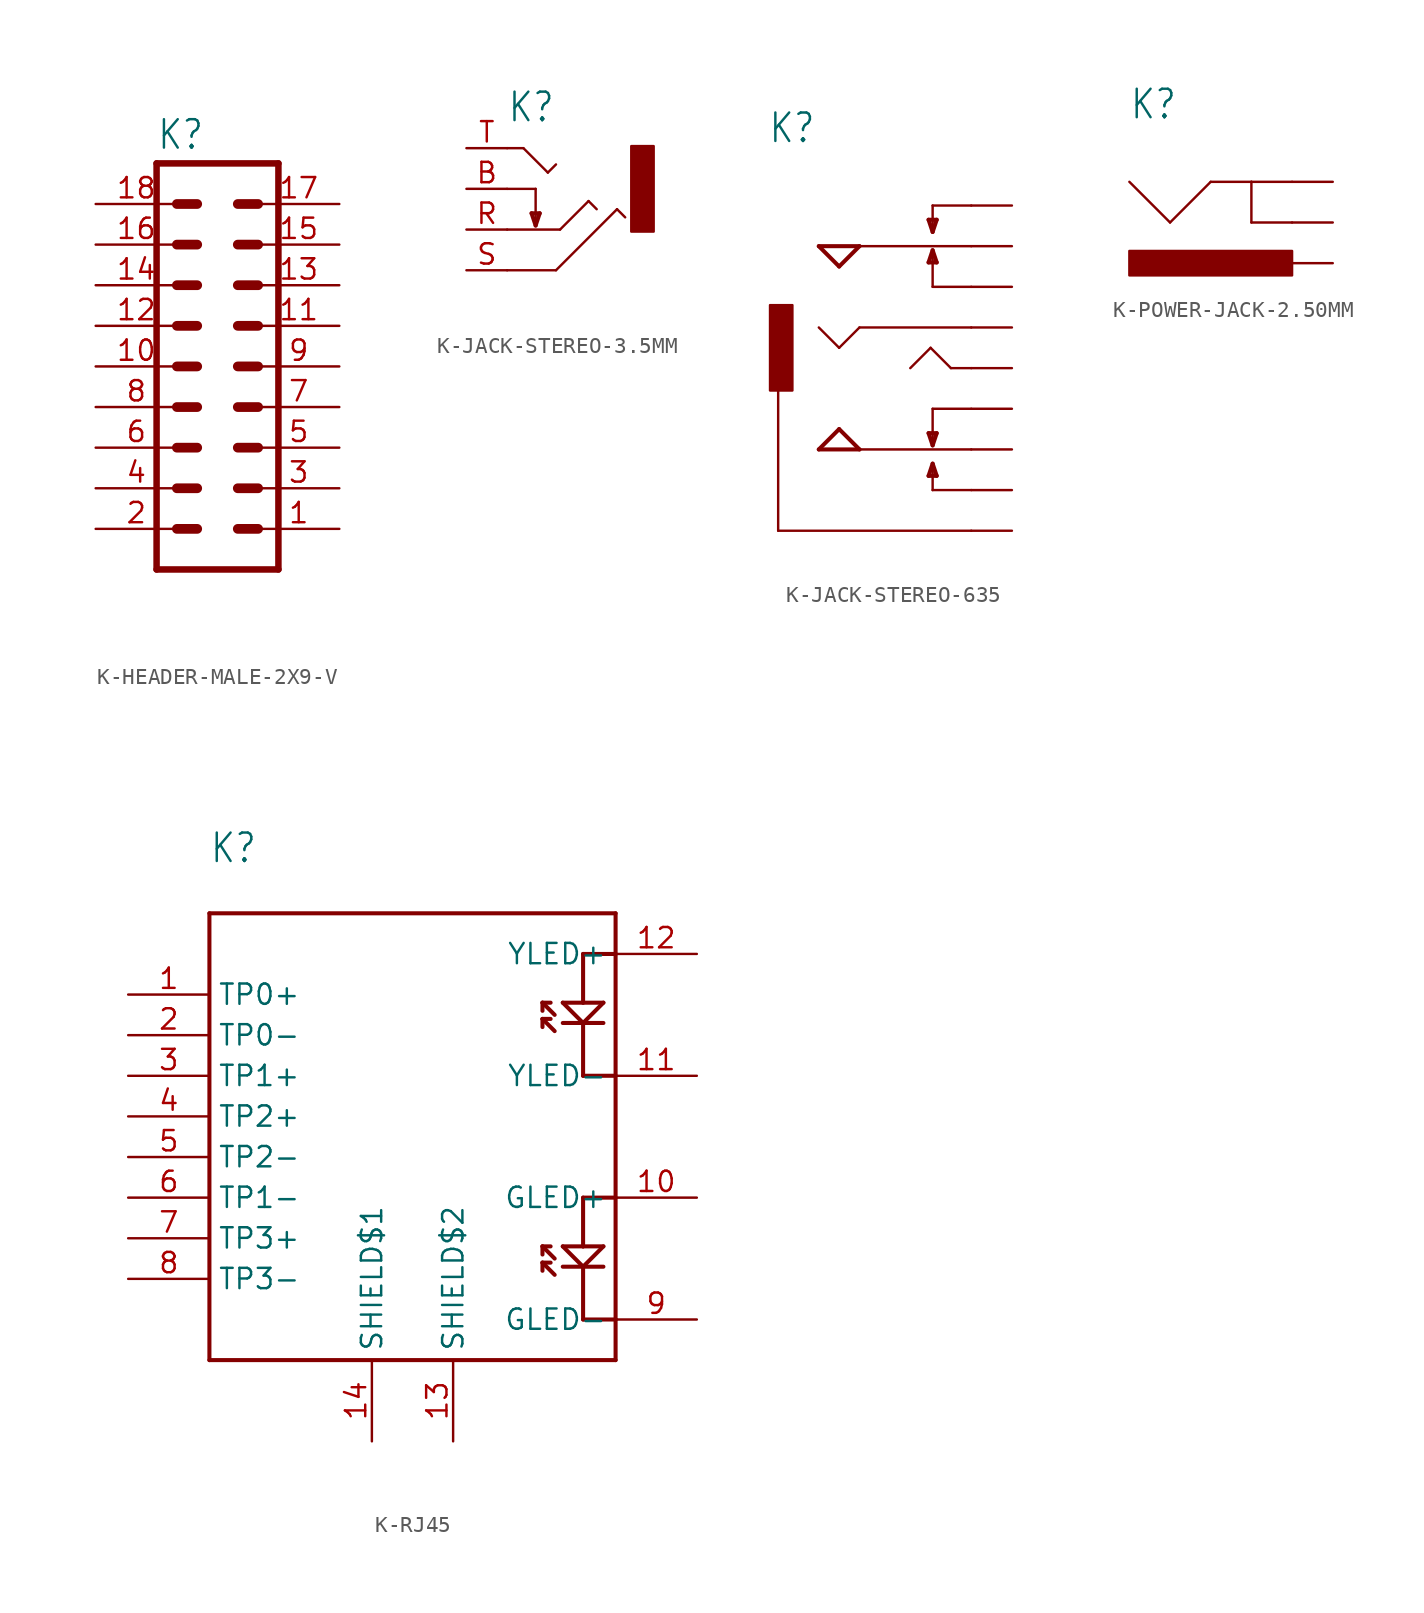
<source format=kicad_sym>
(kicad_symbol_lib
  (version 20231120)
  (generator "kicad_symbol_editor")
  (generator_version "8.0")
  (symbol "K-HEADER-MALE-2X9-V"
    (property "Reference" "K"
      (at -3.81 13.462 0)
      (effects (font (size 1.778 1.511)) (justify left bottom)))
    (property "Value" ""
      (at -3.81 -15.24 0)
      (effects (font (size 1.778 1.511)) (justify left bottom)))
    (property "ki_locked" ""
      (at 0 0 0)
      (effects (font (size 1.27 1.27))))
    (symbol "K-HEADER-MALE-2X9-V_1_0"
      (polyline (pts (xy -3.81 12.7) (xy -3.81 -12.7)) (stroke (width 0.406) (type solid)) (fill (type none)))
      (polyline (pts (xy -3.81 12.7) (xy 3.81 12.7)) (stroke (width 0.406) (type solid)) (fill (type none)))
      (polyline (pts (xy -2.54 -10.16) (xy -1.27 -10.16)) (stroke (width 0.61) (type solid)) (fill (type none)))
      (polyline (pts (xy -2.54 -7.62) (xy -1.27 -7.62)) (stroke (width 0.61) (type solid)) (fill (type none)))
      (polyline (pts (xy -2.54 -5.08) (xy -1.27 -5.08)) (stroke (width 0.61) (type solid)) (fill (type none)))
      (polyline (pts (xy -2.54 -2.54) (xy -1.27 -2.54)) (stroke (width 0.61) (type solid)) (fill (type none)))
      (polyline (pts (xy -2.54 0) (xy -1.27 0)) (stroke (width 0.61) (type solid)) (fill (type none)))
      (polyline (pts (xy -2.54 2.54) (xy -1.27 2.54)) (stroke (width 0.61) (type solid)) (fill (type none)))
      (polyline (pts (xy -2.54 5.08) (xy -1.27 5.08)) (stroke (width 0.61) (type solid)) (fill (type none)))
      (polyline (pts (xy -2.54 7.62) (xy -1.27 7.62)) (stroke (width 0.61) (type solid)) (fill (type none)))
      (polyline (pts (xy -2.54 10.16) (xy -1.27 10.16)) (stroke (width 0.61) (type solid)) (fill (type none)))
      (polyline (pts (xy 1.27 -10.16) (xy 2.54 -10.16)) (stroke (width 0.61) (type solid)) (fill (type none)))
      (polyline (pts (xy 1.27 -7.62) (xy 2.54 -7.62)) (stroke (width 0.61) (type solid)) (fill (type none)))
      (polyline (pts (xy 1.27 -5.08) (xy 2.54 -5.08)) (stroke (width 0.61) (type solid)) (fill (type none)))
      (polyline (pts (xy 1.27 -2.54) (xy 2.54 -2.54)) (stroke (width 0.61) (type solid)) (fill (type none)))
      (polyline (pts (xy 1.27 0) (xy 2.54 0)) (stroke (width 0.61) (type solid)) (fill (type none)))
      (polyline (pts (xy 1.27 2.54) (xy 2.54 2.54)) (stroke (width 0.61) (type solid)) (fill (type none)))
      (polyline (pts (xy 1.27 5.08) (xy 2.54 5.08)) (stroke (width 0.61) (type solid)) (fill (type none)))
      (polyline (pts (xy 1.27 7.62) (xy 2.54 7.62)) (stroke (width 0.61) (type solid)) (fill (type none)))
      (polyline (pts (xy 1.27 10.16) (xy 2.54 10.16)) (stroke (width 0.61) (type solid)) (fill (type none)))
      (polyline (pts (xy 3.81 -12.7) (xy -3.81 -12.7)) (stroke (width 0.406) (type solid)) (fill (type none)))
      (polyline (pts (xy 3.81 -12.7) (xy 3.81 12.7)) (stroke (width 0.406) (type solid)) (fill (type none)))
      (pin passive line (at 7.62 -10.16 180) (length 5.08) (name "1" (effects (font (size 0 0)))) (number "1" (effects (font (size 1.27 1.27)))))
      (pin passive line (at -7.62 0 0) (length 5.08) (name "10" (effects (font (size 0 0)))) (number "10" (effects (font (size 1.27 1.27)))))
      (pin passive line (at 7.62 2.54 180) (length 5.08) (name "11" (effects (font (size 0 0)))) (number "11" (effects (font (size 1.27 1.27)))))
      (pin passive line (at -7.62 2.54 0) (length 5.08) (name "12" (effects (font (size 0 0)))) (number "12" (effects (font (size 1.27 1.27)))))
      (pin passive line (at 7.62 5.08 180) (length 5.08) (name "13" (effects (font (size 0 0)))) (number "13" (effects (font (size 1.27 1.27)))))
      (pin passive line (at -7.62 5.08 0) (length 5.08) (name "14" (effects (font (size 0 0)))) (number "14" (effects (font (size 1.27 1.27)))))
      (pin passive line (at 7.62 7.62 180) (length 5.08) (name "15" (effects (font (size 0 0)))) (number "15" (effects (font (size 1.27 1.27)))))
      (pin passive line (at -7.62 7.62 0) (length 5.08) (name "16" (effects (font (size 0 0)))) (number "16" (effects (font (size 1.27 1.27)))))
      (pin passive line (at 7.62 10.16 180) (length 5.08) (name "17" (effects (font (size 0 0)))) (number "17" (effects (font (size 1.27 1.27)))))
      (pin passive line (at -7.62 10.16 0) (length 5.08) (name "18" (effects (font (size 0 0)))) (number "18" (effects (font (size 1.27 1.27)))))
      (pin passive line (at -7.62 -10.16 0) (length 5.08) (name "2" (effects (font (size 0 0)))) (number "2" (effects (font (size 1.27 1.27)))))
      (pin passive line (at 7.62 -7.62 180) (length 5.08) (name "3" (effects (font (size 0 0)))) (number "3" (effects (font (size 1.27 1.27)))))
      (pin passive line (at -7.62 -7.62 0) (length 5.08) (name "4" (effects (font (size 0 0)))) (number "4" (effects (font (size 1.27 1.27)))))
      (pin passive line (at 7.62 -5.08 180) (length 5.08) (name "5" (effects (font (size 0 0)))) (number "5" (effects (font (size 1.27 1.27)))))
      (pin passive line (at -7.62 -5.08 0) (length 5.08) (name "6" (effects (font (size 0 0)))) (number "6" (effects (font (size 1.27 1.27)))))
      (pin passive line (at 7.62 -2.54 180) (length 5.08) (name "7" (effects (font (size 0 0)))) (number "7" (effects (font (size 1.27 1.27)))))
      (pin passive line (at -7.62 -2.54 0) (length 5.08) (name "8" (effects (font (size 0 0)))) (number "8" (effects (font (size 1.27 1.27)))))
      (pin passive line (at 7.62 0 180) (length 5.08) (name "9" (effects (font (size 0 0)))) (number "9" (effects (font (size 1.27 1.27)))))))
  (symbol "K-JACK-STEREO-3.5MM"
    (property "Reference" "K"
      (at -2.54 4.064 0)
      (effects (font (size 1.778 1.511)) (justify left bottom)))
    (property "Value" ""
      (at -2.54 -7.366 0)
      (effects (font (size 1.778 1.511)) (justify left bottom)))
    (property "ki_locked" ""
      (at 0 0 0)
      (effects (font (size 1.27 1.27))))
    (symbol "K-JACK-STEREO-3.5MM_1_0"
      (polyline (pts (xy -2.54 -5.08) (xy 0.508 -5.08)) (stroke (width 0.152) (type solid)) (fill (type none)))
      (polyline (pts (xy -2.54 -2.54) (xy 0.762 -2.54)) (stroke (width 0.152) (type solid)) (fill (type none)))
      (polyline (pts (xy -2.54 0) (xy -0.762 0)) (stroke (width 0.152) (type solid)) (fill (type none)))
      (polyline (pts (xy -2.54 2.54) (xy -1.524 2.54)) (stroke (width 0.152) (type solid)) (fill (type none)))
      (polyline (pts (xy -1.524 2.54) (xy 0 1.016)) (stroke (width 0.152) (type solid)) (fill (type none)))
      (polyline (pts (xy -1.016 -1.524) (xy -0.508 -1.524)) (stroke (width 0.254) (type solid)) (fill (type none)))
      (polyline (pts (xy -0.762 -2.286) (xy -1.016 -1.524)) (stroke (width 0.254) (type solid)) (fill (type none)))
      (polyline (pts (xy -0.762 0) (xy -0.762 -2.286)) (stroke (width 0.152) (type solid)) (fill (type none)))
      (polyline (pts (xy -0.508 -1.524) (xy -0.762 -2.286)) (stroke (width 0.254) (type solid)) (fill (type none)))
      (polyline (pts (xy 0 1.016) (xy 0.508 1.524)) (stroke (width 0.152) (type solid)) (fill (type none)))
      (polyline (pts (xy 0.508 -5.08) (xy 4.318 -1.27)) (stroke (width 0.152) (type solid)) (fill (type none)))
      (polyline (pts (xy 0.762 -2.54) (xy 2.54 -0.762)) (stroke (width 0.152) (type solid)) (fill (type none)))
      (polyline (pts (xy 2.54 -0.762) (xy 3.048 -1.27)) (stroke (width 0.152) (type solid)) (fill (type none)))
      (polyline (pts (xy 4.318 -1.27) (xy 4.826 -1.778)) (stroke (width 0.152) (type solid)) (fill (type none)))
      (rectangle (start 5.207 -2.667) (end 6.604 2.667) (stroke (width 0) (type default)) (fill (type outline)))
      (pin passive line (at -5.08 0 0) (length 2.54) (name "B" (effects (font (size 0 0)))) (number "B" (effects (font (size 1.27 1.27)))))
      (pin passive line (at -5.08 -2.54 0) (length 2.54) (name "R" (effects (font (size 0 0)))) (number "R" (effects (font (size 1.27 1.27)))))
      (pin passive line (at -5.08 -5.08 0) (length 2.54) (name "S" (effects (font (size 0 0)))) (number "S" (effects (font (size 1.27 1.27)))))
      (pin passive line (at -5.08 2.54 0) (length 2.54) (name "T" (effects (font (size 0 0)))) (number "T" (effects (font (size 1.27 1.27)))))))
  (symbol "K-JACK-STEREO-635"
    (property "Reference" "K"
      (at -7.62 13.97 0)
      (effects (font (size 1.778 1.511)) (justify left bottom)))
    (property "Value" ""
      (at -7.62 11.43 0)
      (effects (font (size 1.778 1.511)) (justify left bottom)))
    (property "ki_locked" ""
      (at 0 0 0)
      (effects (font (size 1.27 1.27))))
    (symbol "K-JACK-STEREO-635_1_0"
      (rectangle (start -7.493 -1.397) (end -6.096 3.937) (stroke (width 0) (type default)) (fill (type outline)))
      (polyline (pts (xy -6.985 -10.16) (xy 5.08 -10.16)) (stroke (width 0.152) (type solid)) (fill (type none)))
      (polyline (pts (xy -6.985 -1.27) (xy -6.985 -10.16)) (stroke (width 0.152) (type solid)) (fill (type none)))
      (polyline (pts (xy -4.445 -5.08) (xy -1.905 -5.08)) (stroke (width 0.254) (type solid)) (fill (type none)))
      (polyline (pts (xy -4.445 7.62) (xy -1.905 7.62)) (stroke (width 0.254) (type solid)) (fill (type none)))
      (polyline (pts (xy -3.175 -3.81) (xy -4.445 -5.08)) (stroke (width 0.254) (type solid)) (fill (type none)))
      (polyline (pts (xy -3.175 1.27) (xy -4.445 2.54)) (stroke (width 0.152) (type solid)) (fill (type none)))
      (polyline (pts (xy -3.175 6.35) (xy -4.445 7.62)) (stroke (width 0.254) (type solid)) (fill (type none)))
      (polyline (pts (xy -1.905 -5.08) (xy -3.175 -3.81)) (stroke (width 0.254) (type solid)) (fill (type none)))
      (polyline (pts (xy -1.905 2.54) (xy -3.175 1.27)) (stroke (width 0.152) (type solid)) (fill (type none)))
      (polyline (pts (xy -1.905 7.62) (xy -3.175 6.35)) (stroke (width 0.254) (type solid)) (fill (type none)))
      (polyline (pts (xy 2.413 -6.731) (xy 2.667 -5.969)) (stroke (width 0.254) (type solid)) (fill (type none)))
      (polyline (pts (xy 2.413 -4.064) (xy 2.667 -4.826)) (stroke (width 0.254) (type solid)) (fill (type none)))
      (polyline (pts (xy 2.413 6.604) (xy 2.667 7.366)) (stroke (width 0.254) (type solid)) (fill (type none)))
      (polyline (pts (xy 2.413 9.271) (xy 2.667 8.509)) (stroke (width 0.254) (type solid)) (fill (type none)))
      (polyline (pts (xy 2.54 1.27) (xy 1.27 0)) (stroke (width 0.152) (type solid)) (fill (type none)))
      (polyline (pts (xy 2.667 -7.62) (xy 2.667 -5.969)) (stroke (width 0.152) (type solid)) (fill (type none)))
      (polyline (pts (xy 2.667 -5.969) (xy 2.921 -6.731)) (stroke (width 0.254) (type solid)) (fill (type none)))
      (polyline (pts (xy 2.667 -4.826) (xy 2.921 -4.064)) (stroke (width 0.254) (type solid)) (fill (type none)))
      (polyline (pts (xy 2.667 -2.54) (xy 2.667 -4.826)) (stroke (width 0.152) (type solid)) (fill (type none)))
      (polyline (pts (xy 2.667 5.08) (xy 2.667 7.366)) (stroke (width 0.152) (type solid)) (fill (type none)))
      (polyline (pts (xy 2.667 7.366) (xy 2.921 6.604)) (stroke (width 0.254) (type solid)) (fill (type none)))
      (polyline (pts (xy 2.667 8.509) (xy 2.921 9.271)) (stroke (width 0.254) (type solid)) (fill (type none)))
      (polyline (pts (xy 2.667 10.16) (xy 2.667 8.509)) (stroke (width 0.152) (type solid)) (fill (type none)))
      (polyline (pts (xy 2.921 -6.731) (xy 2.413 -6.731)) (stroke (width 0.254) (type solid)) (fill (type none)))
      (polyline (pts (xy 2.921 -4.064) (xy 2.413 -4.064)) (stroke (width 0.254) (type solid)) (fill (type none)))
      (polyline (pts (xy 2.921 6.604) (xy 2.413 6.604)) (stroke (width 0.254) (type solid)) (fill (type none)))
      (polyline (pts (xy 2.921 9.271) (xy 2.413 9.271)) (stroke (width 0.254) (type solid)) (fill (type none)))
      (polyline (pts (xy 3.81 0) (xy 2.54 1.27)) (stroke (width 0.152) (type solid)) (fill (type none)))
      (polyline (pts (xy 3.81 0) (xy 5.08 0)) (stroke (width 0.152) (type solid)) (fill (type none)))
      (polyline (pts (xy 5.08 -7.62) (xy 2.667 -7.62)) (stroke (width 0.152) (type solid)) (fill (type none)))
      (polyline (pts (xy 5.08 -5.08) (xy -1.905 -5.08)) (stroke (width 0.152) (type solid)) (fill (type none)))
      (polyline (pts (xy 5.08 -2.54) (xy 2.667 -2.54)) (stroke (width 0.152) (type solid)) (fill (type none)))
      (polyline (pts (xy 5.08 2.54) (xy -1.905 2.54)) (stroke (width 0.152) (type solid)) (fill (type none)))
      (polyline (pts (xy 5.08 5.08) (xy 2.667 5.08)) (stroke (width 0.152) (type solid)) (fill (type none)))
      (polyline (pts (xy 5.08 7.62) (xy -1.905 7.62)) (stroke (width 0.152) (type solid)) (fill (type none)))
      (polyline (pts (xy 5.08 10.16) (xy 2.667 10.16)) (stroke (width 0.152) (type solid)) (fill (type none)))
      (pin passive line (at 7.62 -10.16 180) (length 2.54) (name "1" (effects (font (size 0 0)))) (number "1" (effects (font (size 0 0)))))
      (pin passive line (at 7.62 0 180) (length 2.54) (name "2" (effects (font (size 0 0)))) (number "2" (effects (font (size 0 0)))))
      (pin passive line (at 7.62 2.54 180) (length 2.54) (name "3" (effects (font (size 0 0)))) (number "3" (effects (font (size 0 0)))))
      (pin passive line (at 7.62 5.08 180) (length 2.54) (name "4" (effects (font (size 0 0)))) (number "4" (effects (font (size 0 0)))))
      (pin passive line (at 7.62 7.62 180) (length 2.54) (name "5" (effects (font (size 0 0)))) (number "5" (effects (font (size 0 0)))))
      (pin passive line (at 7.62 10.16 180) (length 2.54) (name "6" (effects (font (size 0 0)))) (number "6" (effects (font (size 0 0)))))
      (pin passive line (at 7.62 -2.54 180) (length 2.54) (name "7" (effects (font (size 0 0)))) (number "7" (effects (font (size 0 0)))))
      (pin passive line (at 7.62 -5.08 180) (length 2.54) (name "8" (effects (font (size 0 0)))) (number "8" (effects (font (size 0 0)))))
      (pin passive line (at 7.62 -7.62 180) (length 2.54) (name "9" (effects (font (size 0 0)))) (number "9" (effects (font (size 0 0)))))))
  (symbol "K-POWER-JACK-2.50MM"
    (property "Reference" "K"
      (at -10.16 11.43 0)
      (effects (font (size 1.778 1.511)) (justify left bottom)))
    (property "Value" ""
      (at -10.16 8.89 0)
      (effects (font (size 1.778 1.511)) (justify left bottom)))
    (property "ki_locked" ""
      (at 0 0 0)
      (effects (font (size 1.27 1.27))))
    (symbol "K-POWER-JACK-2.50MM_1_0"
      (rectangle (start -10.16 1.778) (end 0 3.302) (stroke (width 0) (type default)) (fill (type outline)))
      (polyline (pts (xy -10.16 7.62) (xy -7.62 5.08)) (stroke (width 0.152) (type solid)) (fill (type none)))
      (polyline (pts (xy -7.62 5.08) (xy -5.08 7.62)) (stroke (width 0.152) (type solid)) (fill (type none)))
      (polyline (pts (xy -5.08 7.62) (xy -2.54 7.62)) (stroke (width 0.152) (type solid)) (fill (type none)))
      (polyline (pts (xy -2.54 5.08) (xy 0 5.08)) (stroke (width 0.152) (type solid)) (fill (type none)))
      (polyline (pts (xy -2.54 7.62) (xy -2.54 5.08)) (stroke (width 0.152) (type solid)) (fill (type none)))
      (polyline (pts (xy -2.54 7.62) (xy 0 7.62)) (stroke (width 0.152) (type solid)) (fill (type none)))
      (pin bidirectional line (at 2.54 2.54 180) (length 2.54) (name "COMMON" (effects (font (size 0 0)))) (number "COMMON" (effects (font (size 0 0)))))
      (pin bidirectional line (at 2.54 7.62 180) (length 2.54) (name "VIN1" (effects (font (size 0 0)))) (number "VIN1" (effects (font (size 0 0)))))
      (pin bidirectional line (at 2.54 5.08 180) (length 2.54) (name "VIN2" (effects (font (size 0 0)))) (number "VIN2" (effects (font (size 0 0)))))))
  (symbol "K-RJ45"
    (property "Reference" "K"
      (at -12.7 15.748 0)
      (effects (font (size 1.778 1.511)) (justify left bottom)))
    (property "Value" ""
      (at -12.7 12.954 0)
      (effects (font (size 1.778 1.511)) (justify left bottom)))
    (property "ki_locked" ""
      (at 0 0 0)
      (effects (font (size 1.27 1.27))))
    (symbol "K-RJ45_1_0"
      (polyline (pts (xy -12.7 -15.24) (xy 12.7 -15.24)) (stroke (width 0.254) (type solid)) (fill (type none)))
      (polyline (pts (xy -12.7 12.7) (xy -12.7 -15.24)) (stroke (width 0.254) (type solid)) (fill (type none)))
      (polyline (pts (xy 8.128 -9.652) (xy 8.128 -9.144)) (stroke (width 0.254) (type solid)) (fill (type none)))
      (polyline (pts (xy 8.128 -9.144) (xy 8.636 -9.144)) (stroke (width 0.254) (type solid)) (fill (type none)))
      (polyline (pts (xy 8.128 -8.636) (xy 8.128 -8.128)) (stroke (width 0.254) (type solid)) (fill (type none)))
      (polyline (pts (xy 8.128 -8.128) (xy 8.636 -8.128)) (stroke (width 0.254) (type solid)) (fill (type none)))
      (polyline (pts (xy 8.128 5.588) (xy 8.128 6.096)) (stroke (width 0.254) (type solid)) (fill (type none)))
      (polyline (pts (xy 8.128 6.096) (xy 8.636 6.096)) (stroke (width 0.254) (type solid)) (fill (type none)))
      (polyline (pts (xy 8.128 6.604) (xy 8.128 7.112)) (stroke (width 0.254) (type solid)) (fill (type none)))
      (polyline (pts (xy 8.128 7.112) (xy 8.636 7.112)) (stroke (width 0.254) (type solid)) (fill (type none)))
      (polyline (pts (xy 8.89 -9.906) (xy 8.128 -9.144)) (stroke (width 0.254) (type solid)) (fill (type none)))
      (polyline (pts (xy 8.89 -8.89) (xy 8.128 -8.128)) (stroke (width 0.254) (type solid)) (fill (type none)))
      (polyline (pts (xy 8.89 5.334) (xy 8.128 6.096)) (stroke (width 0.254) (type solid)) (fill (type none)))
      (polyline (pts (xy 8.89 6.35) (xy 8.128 7.112)) (stroke (width 0.254) (type solid)) (fill (type none)))
      (polyline (pts (xy 9.398 -9.398) (xy 10.668 -9.398)) (stroke (width 0.254) (type solid)) (fill (type none)))
      (polyline (pts (xy 9.398 -8.128) (xy 10.668 -9.398)) (stroke (width 0.254) (type solid)) (fill (type none)))
      (polyline (pts (xy 9.398 5.842) (xy 10.668 5.842)) (stroke (width 0.254) (type solid)) (fill (type none)))
      (polyline (pts (xy 9.398 7.112) (xy 10.668 5.842)) (stroke (width 0.254) (type solid)) (fill (type none)))
      (polyline (pts (xy 10.668 -12.7) (xy 12.7 -12.7)) (stroke (width 0.254) (type solid)) (fill (type none)))
      (polyline (pts (xy 10.668 -9.398) (xy 10.668 -12.7)) (stroke (width 0.254) (type solid)) (fill (type none)))
      (polyline (pts (xy 10.668 -9.398) (xy 11.938 -9.398)) (stroke (width 0.254) (type solid)) (fill (type none)))
      (polyline (pts (xy 10.668 -9.398) (xy 11.938 -8.128)) (stroke (width 0.254) (type solid)) (fill (type none)))
      (polyline (pts (xy 10.668 -8.128) (xy 9.398 -8.128)) (stroke (width 0.254) (type solid)) (fill (type none)))
      (polyline (pts (xy 10.668 -5.08) (xy 10.668 -8.128)) (stroke (width 0.254) (type solid)) (fill (type none)))
      (polyline (pts (xy 10.668 2.54) (xy 12.7 2.54)) (stroke (width 0.254) (type solid)) (fill (type none)))
      (polyline (pts (xy 10.668 5.842) (xy 10.668 2.54)) (stroke (width 0.254) (type solid)) (fill (type none)))
      (polyline (pts (xy 10.668 5.842) (xy 11.938 5.842)) (stroke (width 0.254) (type solid)) (fill (type none)))
      (polyline (pts (xy 10.668 5.842) (xy 11.938 7.112)) (stroke (width 0.254) (type solid)) (fill (type none)))
      (polyline (pts (xy 10.668 7.112) (xy 9.398 7.112)) (stroke (width 0.254) (type solid)) (fill (type none)))
      (polyline (pts (xy 10.668 10.16) (xy 10.668 7.112)) (stroke (width 0.254) (type solid)) (fill (type none)))
      (polyline (pts (xy 11.938 -8.128) (xy 10.668 -8.128)) (stroke (width 0.254) (type solid)) (fill (type none)))
      (polyline (pts (xy 11.938 7.112) (xy 10.668 7.112)) (stroke (width 0.254) (type solid)) (fill (type none)))
      (polyline (pts (xy 12.7 -15.24) (xy 12.7 -12.7)) (stroke (width 0.254) (type solid)) (fill (type none)))
      (polyline (pts (xy 12.7 -12.7) (xy 12.7 2.54)) (stroke (width 0.254) (type solid)) (fill (type none)))
      (polyline (pts (xy 12.7 -5.08) (xy 10.668 -5.08)) (stroke (width 0.254) (type solid)) (fill (type none)))
      (polyline (pts (xy 12.7 2.54) (xy 12.7 10.16)) (stroke (width 0.254) (type solid)) (fill (type none)))
      (polyline (pts (xy 12.7 10.16) (xy 10.668 10.16)) (stroke (width 0.254) (type solid)) (fill (type none)))
      (polyline (pts (xy 12.7 10.16) (xy 12.7 12.7)) (stroke (width 0.254) (type solid)) (fill (type none)))
      (polyline (pts (xy 12.7 12.7) (xy -12.7 12.7)) (stroke (width 0.254) (type solid)) (fill (type none)))
      (pin bidirectional line (at -17.78 7.62 0) (length 5.08) (name "TP0+" (effects (font (size 1.27 1.27)))) (number "1" (effects (font (size 1.27 1.27)))))
      (pin bidirectional line (at 17.78 -5.08 180) (length 5.08) (name "GLED+" (effects (font (size 1.27 1.27)))) (number "10" (effects (font (size 1.27 1.27)))))
      (pin bidirectional line (at 17.78 2.54 180) (length 5.08) (name "YLED-" (effects (font (size 1.27 1.27)))) (number "11" (effects (font (size 1.27 1.27)))))
      (pin bidirectional line (at 17.78 10.16 180) (length 5.08) (name "YLED+" (effects (font (size 1.27 1.27)))) (number "12" (effects (font (size 1.27 1.27)))))
      (pin bidirectional line (at 2.54 -20.32 90) (length 5.08) (name "SHIELD$2" (effects (font (size 1.27 1.27)))) (number "13" (effects (font (size 1.27 1.27)))))
      (pin bidirectional line (at -2.54 -20.32 90) (length 5.08) (name "SHIELD$1" (effects (font (size 1.27 1.27)))) (number "14" (effects (font (size 1.27 1.27)))))
      (pin bidirectional line (at -17.78 5.08 0) (length 5.08) (name "TP0-" (effects (font (size 1.27 1.27)))) (number "2" (effects (font (size 1.27 1.27)))))
      (pin bidirectional line (at -17.78 2.54 0) (length 5.08) (name "TP1+" (effects (font (size 1.27 1.27)))) (number "3" (effects (font (size 1.27 1.27)))))
      (pin bidirectional line (at -17.78 0 0) (length 5.08) (name "TP2+" (effects (font (size 1.27 1.27)))) (number "4" (effects (font (size 1.27 1.27)))))
      (pin bidirectional line (at -17.78 -2.54 0) (length 5.08) (name "TP2-" (effects (font (size 1.27 1.27)))) (number "5" (effects (font (size 1.27 1.27)))))
      (pin bidirectional line (at -17.78 -5.08 0) (length 5.08) (name "TP1-" (effects (font (size 1.27 1.27)))) (number "6" (effects (font (size 1.27 1.27)))))
      (pin bidirectional line (at -17.78 -7.62 0) (length 5.08) (name "TP3+" (effects (font (size 1.27 1.27)))) (number "7" (effects (font (size 1.27 1.27)))))
      (pin bidirectional line (at -17.78 -10.16 0) (length 5.08) (name "TP3-" (effects (font (size 1.27 1.27)))) (number "8" (effects (font (size 1.27 1.27)))))
      (pin bidirectional line (at 17.78 -12.7 180) (length 5.08) (name "GLED-" (effects (font (size 1.27 1.27)))) (number "9" (effects (font (size 1.27 1.27))))))))
</source>
